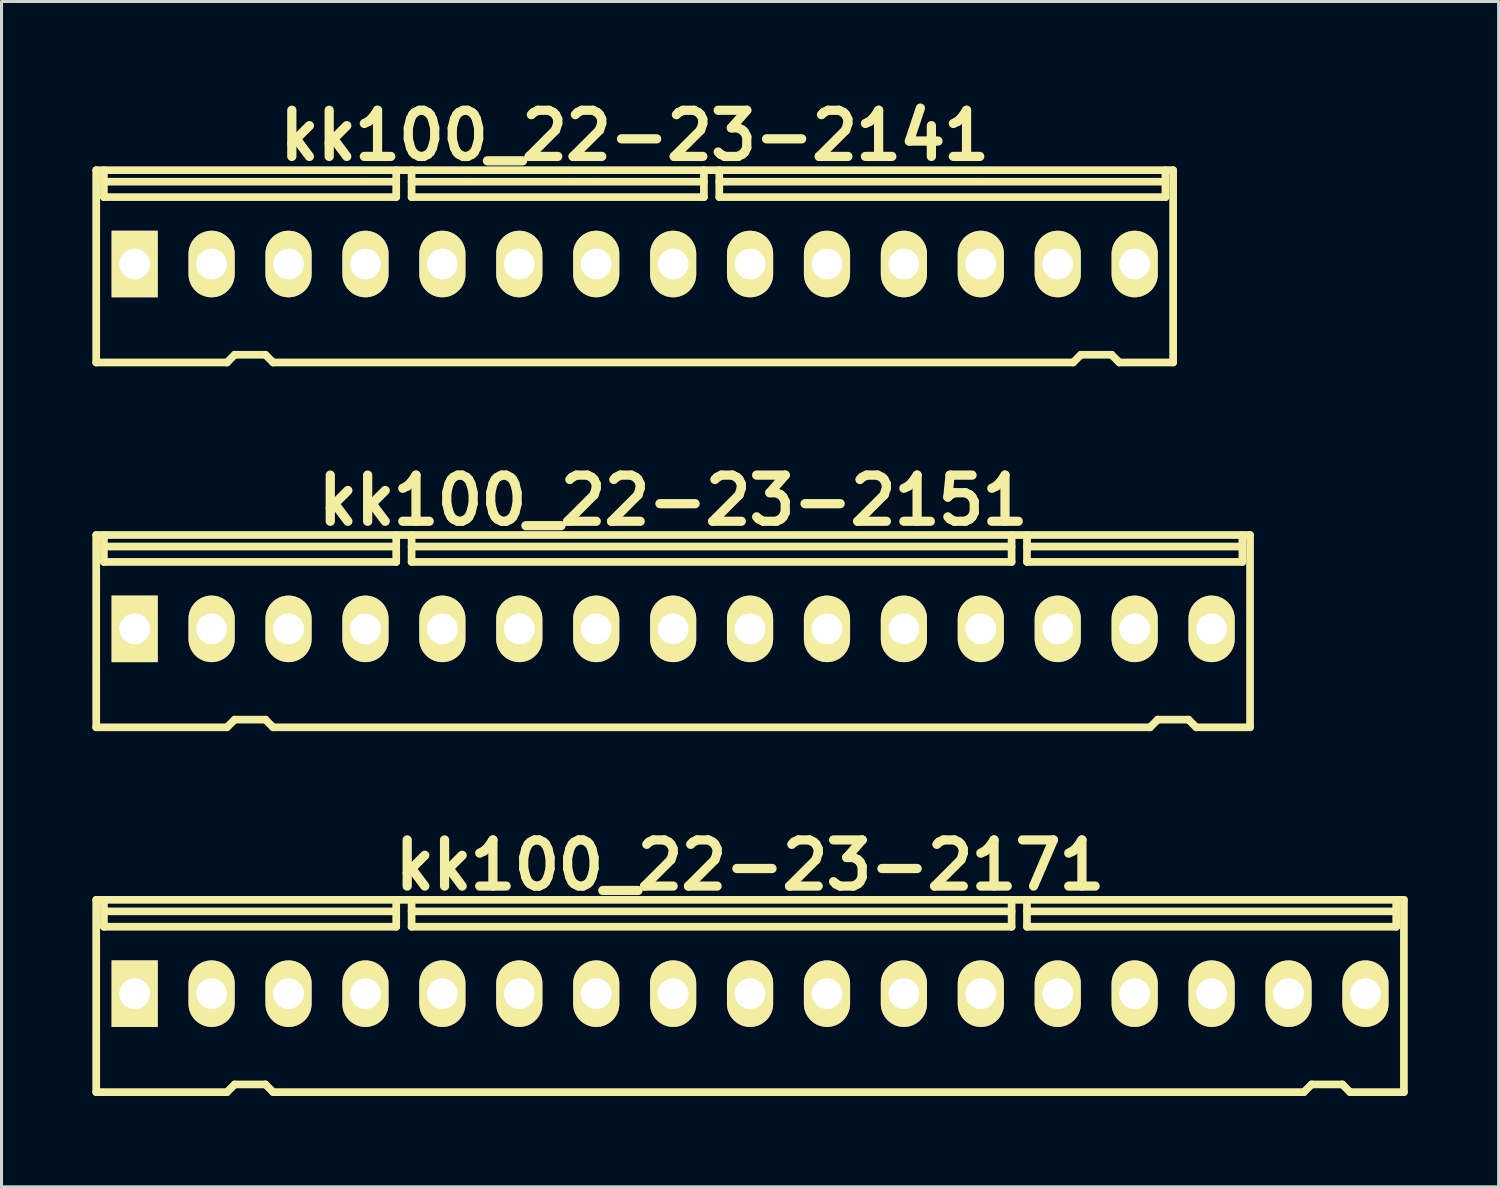
<source format=kicad_pcb>
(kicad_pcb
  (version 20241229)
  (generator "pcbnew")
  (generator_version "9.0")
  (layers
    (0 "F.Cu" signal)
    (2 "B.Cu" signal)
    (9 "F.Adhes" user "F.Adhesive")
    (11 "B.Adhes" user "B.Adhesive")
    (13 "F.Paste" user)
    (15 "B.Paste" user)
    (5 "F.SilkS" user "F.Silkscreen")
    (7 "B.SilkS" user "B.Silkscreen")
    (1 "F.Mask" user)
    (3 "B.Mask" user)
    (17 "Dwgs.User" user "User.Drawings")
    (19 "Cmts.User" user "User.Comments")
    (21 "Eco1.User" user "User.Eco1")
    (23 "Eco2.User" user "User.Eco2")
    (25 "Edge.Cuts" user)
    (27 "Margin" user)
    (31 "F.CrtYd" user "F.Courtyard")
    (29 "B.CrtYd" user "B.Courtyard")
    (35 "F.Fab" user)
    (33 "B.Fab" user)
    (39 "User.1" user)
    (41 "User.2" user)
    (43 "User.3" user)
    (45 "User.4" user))
  (footprint "kk100_22-23-2141"
    (layer "F.Cu")
    (at 17.907 5.744)
    (property "Reference" "kk100_22-23-2141" (at 0 -4.318 0) (layer "F.SilkS") (effects (font (size 1.524 1.524) (thickness 0.305))))
    (attr through_hole)
    (fp_line (start -17.78 -3.175) (end 17.78 -3.175) (stroke (width 0.254) (type solid)) (layer "F.SilkS"))
    (fp_line (start -17.78 3.175) (end -17.78 -3.175) (stroke (width 0.254) (type solid)) (layer "F.SilkS"))
    (fp_line (start -17.526 -2.286) (end -17.526 -3.175) (stroke (width 0.254) (type solid)) (layer "F.SilkS"))
    (fp_line (start -13.462 3.175) (end -17.78 3.175) (stroke (width 0.254) (type solid)) (layer "F.SilkS"))
    (fp_line (start -13.208 2.921) (end -13.462 3.175) (stroke (width 0.254) (type solid)) (layer "F.SilkS"))
    (fp_line (start -13.208 2.921) (end -12.192 2.921) (stroke (width 0.254) (type solid)) (layer "F.SilkS"))
    (fp_line (start -12.192 2.921) (end -11.938 3.175) (stroke (width 0.254) (type solid)) (layer "F.SilkS"))
    (fp_line (start -11.938 3.175) (end 14.478 3.175) (stroke (width 0.254) (type solid)) (layer "F.SilkS"))
    (fp_line (start -7.874 -2.794) (end -17.526 -2.794) (stroke (width 0.254) (type solid)) (layer "F.SilkS"))
    (fp_line (start -7.874 -2.286) (end -17.526 -2.286) (stroke (width 0.254) (type solid)) (layer "F.SilkS"))
    (fp_line (start -7.874 -2.286) (end -7.874 -3.175) (stroke (width 0.254) (type solid)) (layer "F.SilkS"))
    (fp_line (start -7.366 -2.794) (end 2.286 -2.794) (stroke (width 0.254) (type solid)) (layer "F.SilkS"))
    (fp_line (start -7.366 -2.286) (end -7.366 -3.175) (stroke (width 0.254) (type solid)) (layer "F.SilkS"))
    (fp_line (start -7.366 -2.286) (end 2.286 -2.286) (stroke (width 0.254) (type solid)) (layer "F.SilkS"))
    (fp_line (start 2.286 -2.286) (end 2.286 -3.175) (stroke (width 0.254) (type solid)) (layer "F.SilkS"))
    (fp_line (start 2.794 -2.794) (end 17.526 -2.794) (stroke (width 0.254) (type solid)) (layer "F.SilkS"))
    (fp_line (start 2.794 -2.286) (end 2.794 -3.175) (stroke (width 0.254) (type solid)) (layer "F.SilkS"))
    (fp_line (start 14.732 2.921) (end 14.478 3.175) (stroke (width 0.254) (type solid)) (layer "F.SilkS"))
    (fp_line (start 14.732 2.921) (end 15.748 2.921) (stroke (width 0.254) (type solid)) (layer "F.SilkS"))
    (fp_line (start 15.748 2.921) (end 16.002 3.175) (stroke (width 0.254) (type solid)) (layer "F.SilkS"))
    (fp_line (start 16.002 3.175) (end 17.78 3.175) (stroke (width 0.254) (type solid)) (layer "F.SilkS"))
    (fp_line (start 17.526 -2.286) (end 2.794 -2.286) (stroke (width 0.254) (type solid)) (layer "F.SilkS"))
    (fp_line (start 17.526 -2.286) (end 17.526 -3.175) (stroke (width 0.254) (type solid)) (layer "F.SilkS"))
    (fp_line (start 17.78 -3.175) (end 17.78 3.175) (stroke (width 0.254) (type solid)) (layer "F.SilkS"))
    (pad "1" thru_hole rect (at -16.51 -0.076) (size 1.524 2.197) (drill 1.016) (layers "*.Cu" "*.Mask" "F.SilkS"))
    (pad "2" thru_hole oval (at -13.97 -0.076) (size 1.524 2.197) (drill 1.016) (layers "*.Cu" "*.Mask" "F.SilkS"))
    (pad "3" thru_hole oval (at -11.43 -0.076) (size 1.524 2.197) (drill 1.016) (layers "*.Cu" "*.Mask" "F.SilkS"))
    (pad "4" thru_hole oval (at -8.89 -0.076) (size 1.524 2.197) (drill 1.016) (layers "*.Cu" "*.Mask" "F.SilkS"))
    (pad "5" thru_hole oval (at -6.35 -0.076) (size 1.524 2.197) (drill 1.016) (layers "*.Cu" "*.Mask" "F.SilkS"))
    (pad "6" thru_hole oval (at -3.81 -0.076) (size 1.524 2.197) (drill 1.016) (layers "*.Cu" "*.Mask" "F.SilkS"))
    (pad "7" thru_hole oval (at -1.27 -0.076) (size 1.524 2.197) (drill 1.016) (layers "*.Cu" "*.Mask" "F.SilkS"))
    (pad "8" thru_hole oval (at 1.27 -0.076) (size 1.524 2.197) (drill 1.016) (layers "*.Cu" "*.Mask" "F.SilkS"))
    (pad "9" thru_hole oval (at 3.81 -0.076) (size 1.524 2.197) (drill 1.016) (layers "*.Cu" "*.Mask" "F.SilkS"))
    (pad "10" thru_hole oval (at 6.35 -0.076) (size 1.524 2.197) (drill 1.016) (layers "*.Cu" "*.Mask" "F.SilkS"))
    (pad "11" thru_hole oval (at 8.89 -0.076) (size 1.524 2.197) (drill 1.016) (layers "*.Cu" "*.Mask" "F.SilkS"))
    (pad "12" thru_hole oval (at 11.43 -0.076) (size 1.524 2.197) (drill 1.016) (layers "*.Cu" "*.Mask" "F.SilkS"))
    (pad "13" thru_hole oval (at 13.97 -0.076) (size 1.524 2.197) (drill 1.016) (layers "*.Cu" "*.Mask" "F.SilkS"))
    (pad "14" thru_hole oval (at 16.51 -0.076) (size 1.524 2.197) (drill 1.016) (layers "*.Cu" "*.Mask" "F.SilkS")))
  (footprint "kk100_22-23-2171"
    (layer "F.Cu")
    (at 21.717 29.837)
    (property "Reference" "kk100_22-23-2171" (at 0 -4.318 0) (layer "F.SilkS") (effects (font (size 1.524 1.524) (thickness 0.305))))
    (attr through_hole)
    (fp_line (start -21.59 3.175) (end -21.59 -3.175) (stroke (width 0.254) (type solid)) (layer "F.SilkS"))
    (fp_line (start -21.336 -2.286) (end -21.336 -3.175) (stroke (width 0.254) (type solid)) (layer "F.SilkS"))
    (fp_line (start -17.272 3.175) (end -21.59 3.175) (stroke (width 0.254) (type solid)) (layer "F.SilkS"))
    (fp_line (start -17.018 2.921) (end -17.272 3.175) (stroke (width 0.254) (type solid)) (layer "F.SilkS"))
    (fp_line (start -17.018 2.921) (end -16.002 2.921) (stroke (width 0.254) (type solid)) (layer "F.SilkS"))
    (fp_line (start -16.002 2.921) (end -15.748 3.175) (stroke (width 0.254) (type solid)) (layer "F.SilkS"))
    (fp_line (start -15.748 3.175) (end 18.288 3.175) (stroke (width 0.254) (type solid)) (layer "F.SilkS"))
    (fp_line (start -11.684 -2.794) (end -21.336 -2.794) (stroke (width 0.254) (type solid)) (layer "F.SilkS"))
    (fp_line (start -11.684 -2.286) (end -21.336 -2.286) (stroke (width 0.254) (type solid)) (layer "F.SilkS"))
    (fp_line (start -11.684 -2.286) (end -11.684 -3.175) (stroke (width 0.254) (type solid)) (layer "F.SilkS"))
    (fp_line (start -11.176 -2.794) (end 8.636 -2.794) (stroke (width 0.254) (type solid)) (layer "F.SilkS"))
    (fp_line (start -11.176 -2.286) (end -11.176 -3.175) (stroke (width 0.254) (type solid)) (layer "F.SilkS"))
    (fp_line (start 8.636 -2.286) (end -11.176 -2.286) (stroke (width 0.254) (type solid)) (layer "F.SilkS"))
    (fp_line (start 8.636 -2.286) (end 8.636 -3.175) (stroke (width 0.254) (type solid)) (layer "F.SilkS"))
    (fp_line (start 9.144 -2.794) (end 21.336 -2.794) (stroke (width 0.254) (type solid)) (layer "F.SilkS"))
    (fp_line (start 9.144 -2.286) (end 9.144 -3.175) (stroke (width 0.254) (type solid)) (layer "F.SilkS"))
    (fp_line (start 9.144 -2.286) (end 21.336 -2.286) (stroke (width 0.254) (type solid)) (layer "F.SilkS"))
    (fp_line (start 18.542 2.921) (end 18.288 3.175) (stroke (width 0.254) (type solid)) (layer "F.SilkS"))
    (fp_line (start 18.542 2.921) (end 19.558 2.921) (stroke (width 0.254) (type solid)) (layer "F.SilkS"))
    (fp_line (start 19.558 2.921) (end 19.812 3.175) (stroke (width 0.254) (type solid)) (layer "F.SilkS"))
    (fp_line (start 19.812 3.175) (end 21.59 3.175) (stroke (width 0.254) (type solid)) (layer "F.SilkS"))
    (fp_line (start 21.336 -2.286) (end 21.336 -3.175) (stroke (width 0.254) (type solid)) (layer "F.SilkS"))
    (fp_line (start 21.59 -3.175) (end -21.59 -3.175) (stroke (width 0.254) (type solid)) (layer "F.SilkS"))
    (fp_line (start 21.59 -3.175) (end 21.59 3.175) (stroke (width 0.254) (type solid)) (layer "F.SilkS"))
    (pad "1" thru_hole rect (at -20.32 -0.076) (size 1.524 2.197) (drill 1.016) (layers "*.Cu" "*.Mask" "F.SilkS"))
    (pad "2" thru_hole oval (at -17.78 -0.076) (size 1.524 2.197) (drill 1.016) (layers "*.Cu" "*.Mask" "F.SilkS"))
    (pad "3" thru_hole oval (at -15.24 -0.076) (size 1.524 2.197) (drill 1.016) (layers "*.Cu" "*.Mask" "F.SilkS"))
    (pad "4" thru_hole oval (at -12.7 -0.076) (size 1.524 2.197) (drill 1.016) (layers "*.Cu" "*.Mask" "F.SilkS"))
    (pad "5" thru_hole oval (at -10.16 -0.076) (size 1.524 2.197) (drill 1.016) (layers "*.Cu" "*.Mask" "F.SilkS"))
    (pad "6" thru_hole oval (at -7.62 -0.076) (size 1.524 2.197) (drill 1.016) (layers "*.Cu" "*.Mask" "F.SilkS"))
    (pad "7" thru_hole oval (at -5.08 -0.076) (size 1.524 2.197) (drill 1.016) (layers "*.Cu" "*.Mask" "F.SilkS"))
    (pad "8" thru_hole oval (at -2.54 -0.076) (size 1.524 2.197) (drill 1.016) (layers "*.Cu" "*.Mask" "F.SilkS"))
    (pad "9" thru_hole oval (at 0 -0.076) (size 1.524 2.197) (drill 1.016) (layers "*.Cu" "*.Mask" "F.SilkS"))
    (pad "10" thru_hole oval (at 2.54 -0.076) (size 1.524 2.197) (drill 1.016) (layers "*.Cu" "*.Mask" "F.SilkS"))
    (pad "11" thru_hole oval (at 5.08 -0.076) (size 1.524 2.197) (drill 1.016) (layers "*.Cu" "*.Mask" "F.SilkS"))
    (pad "12" thru_hole oval (at 7.62 -0.076) (size 1.524 2.197) (drill 1.016) (layers "*.Cu" "*.Mask" "F.SilkS"))
    (pad "13" thru_hole oval (at 10.16 -0.076) (size 1.524 2.197) (drill 1.016) (layers "*.Cu" "*.Mask" "F.SilkS"))
    (pad "14" thru_hole oval (at 12.7 -0.076) (size 1.524 2.197) (drill 1.016) (layers "*.Cu" "*.Mask" "F.SilkS"))
    (pad "15" thru_hole oval (at 15.24 -0.076) (size 1.524 2.197) (drill 1.016) (layers "*.Cu" "*.Mask" "F.SilkS"))
    (pad "16" thru_hole oval (at 17.78 -0.076) (size 1.524 2.197) (drill 1.016) (layers "*.Cu" "*.Mask" "F.SilkS"))
    (pad "17" thru_hole oval (at 20.32 -0.076) (size 1.524 2.197) (drill 1.016) (layers "*.Cu" "*.Mask" "F.SilkS")))
  (footprint "kk100_22-23-2151"
    (layer "F.Cu")
    (at 19.177 17.791)
    (property "Reference" "kk100_22-23-2151" (at 0 -4.318 0) (layer "F.SilkS") (effects (font (size 1.524 1.524) (thickness 0.305))))
    (attr through_hole)
    (fp_line (start -19.05 3.175) (end -19.05 -3.175) (stroke (width 0.254) (type solid)) (layer "F.SilkS"))
    (fp_line (start -18.796 -2.286) (end -18.796 -3.175) (stroke (width 0.254) (type solid)) (layer "F.SilkS"))
    (fp_line (start -14.732 3.175) (end -19.05 3.175) (stroke (width 0.254) (type solid)) (layer "F.SilkS"))
    (fp_line (start -14.478 2.921) (end -14.732 3.175) (stroke (width 0.254) (type solid)) (layer "F.SilkS"))
    (fp_line (start -14.478 2.921) (end -13.462 2.921) (stroke (width 0.254) (type solid)) (layer "F.SilkS"))
    (fp_line (start -13.462 2.921) (end -13.208 3.175) (stroke (width 0.254) (type solid)) (layer "F.SilkS"))
    (fp_line (start -13.208 3.175) (end 15.748 3.175) (stroke (width 0.254) (type solid)) (layer "F.SilkS"))
    (fp_line (start -9.144 -2.794) (end -18.796 -2.794) (stroke (width 0.254) (type solid)) (layer "F.SilkS"))
    (fp_line (start -9.144 -2.286) (end -18.796 -2.286) (stroke (width 0.254) (type solid)) (layer "F.SilkS"))
    (fp_line (start -9.144 -2.286) (end -9.144 -3.175) (stroke (width 0.254) (type solid)) (layer "F.SilkS"))
    (fp_line (start -8.636 -2.794) (end 11.176 -2.794) (stroke (width 0.254) (type solid)) (layer "F.SilkS"))
    (fp_line (start -8.636 -2.286) (end -8.636 -3.175) (stroke (width 0.254) (type solid)) (layer "F.SilkS"))
    (fp_line (start 11.176 -2.286) (end -8.636 -2.286) (stroke (width 0.254) (type solid)) (layer "F.SilkS"))
    (fp_line (start 11.176 -2.286) (end 11.176 -3.175) (stroke (width 0.254) (type solid)) (layer "F.SilkS"))
    (fp_line (start 11.684 -2.794) (end 18.796 -2.794) (stroke (width 0.254) (type solid)) (layer "F.SilkS"))
    (fp_line (start 11.684 -2.286) (end 11.684 -3.175) (stroke (width 0.254) (type solid)) (layer "F.SilkS"))
    (fp_line (start 11.684 -2.286) (end 18.796 -2.286) (stroke (width 0.254) (type solid)) (layer "F.SilkS"))
    (fp_line (start 16.002 2.921) (end 15.748 3.175) (stroke (width 0.254) (type solid)) (layer "F.SilkS"))
    (fp_line (start 16.002 2.921) (end 17.018 2.921) (stroke (width 0.254) (type solid)) (layer "F.SilkS"))
    (fp_line (start 17.018 2.921) (end 17.272 3.175) (stroke (width 0.254) (type solid)) (layer "F.SilkS"))
    (fp_line (start 17.272 3.175) (end 19.05 3.175) (stroke (width 0.254) (type solid)) (layer "F.SilkS"))
    (fp_line (start 18.796 -2.286) (end 18.796 -3.175) (stroke (width 0.254) (type solid)) (layer "F.SilkS"))
    (fp_line (start 19.05 -3.175) (end -19.05 -3.175) (stroke (width 0.254) (type solid)) (layer "F.SilkS"))
    (fp_line (start 19.05 -3.175) (end 19.05 3.175) (stroke (width 0.254) (type solid)) (layer "F.SilkS"))
    (pad "1" thru_hole rect (at -17.78 -0.076) (size 1.524 2.197) (drill 1.016) (layers "*.Cu" "*.Mask" "F.SilkS"))
    (pad "2" thru_hole oval (at -15.24 -0.076) (size 1.524 2.197) (drill 1.016) (layers "*.Cu" "*.Mask" "F.SilkS"))
    (pad "3" thru_hole oval (at -12.7 -0.076) (size 1.524 2.197) (drill 1.016) (layers "*.Cu" "*.Mask" "F.SilkS"))
    (pad "4" thru_hole oval (at -10.16 -0.076) (size 1.524 2.197) (drill 1.016) (layers "*.Cu" "*.Mask" "F.SilkS"))
    (pad "5" thru_hole oval (at -7.62 -0.076) (size 1.524 2.197) (drill 1.016) (layers "*.Cu" "*.Mask" "F.SilkS"))
    (pad "6" thru_hole oval (at -5.08 -0.076) (size 1.524 2.197) (drill 1.016) (layers "*.Cu" "*.Mask" "F.SilkS"))
    (pad "7" thru_hole oval (at -2.54 -0.076) (size 1.524 2.197) (drill 1.016) (layers "*.Cu" "*.Mask" "F.SilkS"))
    (pad "8" thru_hole oval (at 0 -0.076) (size 1.524 2.197) (drill 1.016) (layers "*.Cu" "*.Mask" "F.SilkS"))
    (pad "9" thru_hole oval (at 2.54 -0.076) (size 1.524 2.197) (drill 1.016) (layers "*.Cu" "*.Mask" "F.SilkS"))
    (pad "10" thru_hole oval (at 5.08 -0.076) (size 1.524 2.197) (drill 1.016) (layers "*.Cu" "*.Mask" "F.SilkS"))
    (pad "11" thru_hole oval (at 7.62 -0.076) (size 1.524 2.197) (drill 1.016) (layers "*.Cu" "*.Mask" "F.SilkS"))
    (pad "12" thru_hole oval (at 10.16 -0.076) (size 1.524 2.197) (drill 1.016) (layers "*.Cu" "*.Mask" "F.SilkS"))
    (pad "13" thru_hole oval (at 12.7 -0.076) (size 1.524 2.197) (drill 1.016) (layers "*.Cu" "*.Mask" "F.SilkS"))
    (pad "14" thru_hole oval (at 15.24 -0.076) (size 1.524 2.197) (drill 1.016) (layers "*.Cu" "*.Mask" "F.SilkS"))
    (pad "15" thru_hole oval (at 17.78 -0.076) (size 1.524 2.197) (drill 1.016) (layers "*.Cu" "*.Mask" "F.SilkS")))
  (gr_rect
    (start -3 -3)
    (end 46.434 36.139)
    (stroke (width 0.1) (type default))
    (fill no)
    (layer "Edge.Cuts")))
</source>
